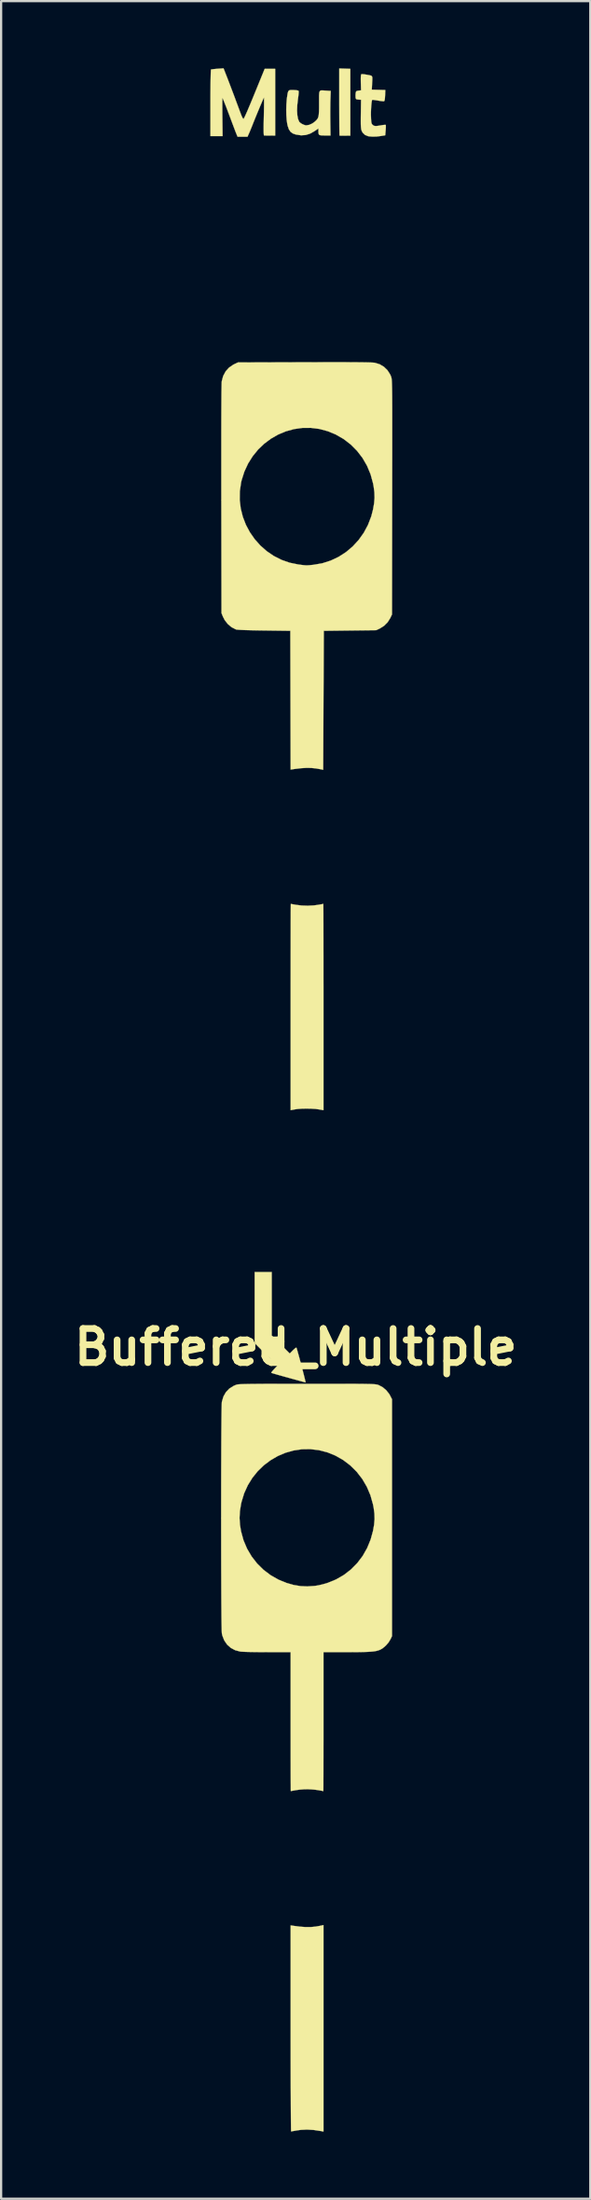
<source format=kicad_pcb>
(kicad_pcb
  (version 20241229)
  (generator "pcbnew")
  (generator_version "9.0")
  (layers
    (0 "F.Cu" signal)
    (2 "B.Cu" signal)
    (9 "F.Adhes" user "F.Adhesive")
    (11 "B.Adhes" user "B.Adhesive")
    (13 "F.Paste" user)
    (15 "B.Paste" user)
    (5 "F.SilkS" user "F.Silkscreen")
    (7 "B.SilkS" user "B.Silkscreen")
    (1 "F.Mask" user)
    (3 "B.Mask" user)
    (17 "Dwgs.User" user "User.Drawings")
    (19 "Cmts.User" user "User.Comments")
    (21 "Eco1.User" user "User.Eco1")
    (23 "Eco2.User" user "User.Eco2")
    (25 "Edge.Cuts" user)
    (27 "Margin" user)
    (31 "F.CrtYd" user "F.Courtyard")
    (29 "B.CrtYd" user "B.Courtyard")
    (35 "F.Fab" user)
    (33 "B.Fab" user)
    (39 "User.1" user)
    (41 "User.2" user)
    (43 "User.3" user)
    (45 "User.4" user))
  (footprint "Buffered_Multiple"
    (layer "F.Cu")
    (at 10.167 57.163)
    (property "Reference" "Buffered_Multiple" (at 0 0 0) (layer "F.SilkS") (effects (font (size 1.524 1.524) (thickness 0.3))))
    (attr through_hole)
    (fp_poly (pts (xy 2.194 -57.144) (xy 2.441 -57.136) (xy 2.441 -54.153) (xy 2.206 -54.149) (xy 2.097 -54.148) (xy 2.012 -54.15) (xy 1.964 -54.154) (xy 1.959 -54.156) (xy 1.957 -54.186) (xy 1.955 -54.267) (xy 1.953 -54.393) (xy 1.951 -54.561) (xy 1.95 -54.764) (xy 1.949 -54.997) (xy 1.948 -55.255) (xy 1.947 -55.533) (xy 1.947 -55.66) (xy 1.947 -57.152) (xy 2.194 -57.144)) (stroke (width 0.01) (type solid)) (fill yes) (layer "F.SilkS"))
    (fp_poly (pts (xy 1.242 35.058) (xy 1.136 35.038) (xy 0.806 34.988) (xy 0.507 34.97) (xy 0.225 34.984) (xy 0.042 35.01) (xy -0.065 35.029) (xy -0.151 35.044) (xy -0.2 35.051) (xy -0.205 35.051) (xy -0.207 35.024) (xy -0.209 34.943) (xy -0.211 34.811) (xy -0.213 34.632) (xy -0.215 34.408) (xy -0.217 34.142) (xy -0.219 33.838) (xy -0.22 33.498) (xy -0.222 33.125) (xy -0.223 32.723) (xy -0.224 32.293) (xy -0.225 31.84) (xy -0.225 31.366) (xy -0.226 30.873) (xy -0.226 30.448) (xy -0.226 25.844) (xy -0.106 25.862) (xy 0.186 25.9) (xy 0.44 25.919) (xy 0.668 25.919) (xy 0.886 25.899) (xy 1.107 25.86) (xy 1.136 25.853) (xy 1.242 25.829) (xy 1.242 35.058)) (stroke (width 0.01) (type solid)) (fill yes) (layer "F.SilkS"))
    (fp_poly (pts (xy -1.072 -0.521) (xy -0.67 -0.119) (xy -0.267 0.283) (xy -0.128 0.142) (xy -0.056 0.075) (xy -0.000004 0.032) (xy 0.031 0.021) (xy 0.032 0.021) (xy 0.043 0.052) (xy 0.066 0.128) (xy 0.098 0.241) (xy 0.137 0.382) (xy 0.181 0.544) (xy 0.227 0.717) (xy 0.274 0.895) (xy 0.319 1.068) (xy 0.36 1.228) (xy 0.395 1.368) (xy 0.422 1.478) (xy 0.438 1.551) (xy 0.442 1.578) (xy 0.442 1.578) (xy 0.415 1.571) (xy 0.34 1.55) (xy 0.225 1.518) (xy 0.076 1.477) (xy -0.1 1.429) (xy -0.295 1.375) (xy -0.321 1.368) (xy -0.519 1.313) (xy -0.698 1.263) (xy -0.852 1.219) (xy -0.974 1.184) (xy -1.057 1.159) (xy -1.092 1.146) (xy -1.093 1.146) (xy -1.082 1.12) (xy -1.04 1.066) (xy -0.975 0.993) (xy -0.964 0.981) (xy -0.821 0.83) (xy -1.328 0.323) (xy -1.834 -0.183) (xy -1.834 -3.358) (xy -1.072 -3.358) (xy -1.072 -0.521)) (stroke (width 0.01) (type solid)) (fill yes) (layer "F.SilkS"))
    (fp_poly (pts (xy 1.235 -19.784) (xy 1.236 -19.703) (xy 1.237 -19.571) (xy 1.238 -19.392) (xy 1.238 -19.168) (xy 1.239 -18.902) (xy 1.239 -18.598) (xy 1.24 -18.258) (xy 1.24 -17.885) (xy 1.241 -17.482) (xy 1.241 -17.053) (xy 1.241 -16.599) (xy 1.242 -16.125) (xy 1.242 -15.633) (xy 1.242 -15.202) (xy 1.242 -10.592) (xy 1.037 -10.628) (xy 0.879 -10.649) (xy 0.687 -10.66) (xy 0.48 -10.664) (xy 0.276 -10.66) (xy 0.093 -10.647) (xy -0.035 -10.629) (xy -0.226 -10.592) (xy -0.226 -15.202) (xy -0.226 -15.708) (xy -0.226 -16.197) (xy -0.225 -16.669) (xy -0.225 -17.119) (xy -0.225 -17.545) (xy -0.224 -17.943) (xy -0.224 -18.311) (xy -0.223 -18.646) (xy -0.223 -18.945) (xy -0.222 -19.204) (xy -0.222 -19.421) (xy -0.221 -19.594) (xy -0.22 -19.718) (xy -0.219 -19.791) (xy -0.219 -19.811) (xy -0.19 -19.807) (xy -0.119 -19.794) (xy -0.019 -19.776) (xy 0.014 -19.77) (xy 0.265 -19.74) (xy 0.541 -19.731) (xy 0.813 -19.745) (xy 1.002 -19.77) (xy 1.107 -19.789) (xy 1.188 -19.803) (xy 1.231 -19.811) (xy 1.235 -19.811) (xy 1.235 -19.784)) (stroke (width 0.01) (type solid)) (fill yes) (layer "F.SilkS"))
    (fp_poly (pts (xy -0.096 -56.188) (xy 0.03 -56.18) (xy 0.105 -56.165) (xy 0.132 -56.144) (xy 0.134 -56.102) (xy 0.128 -56.018) (xy 0.116 -55.904) (xy 0.102 -55.798) (xy 0.07 -55.521) (xy 0.06 -55.275) (xy 0.072 -55.064) (xy 0.104 -54.895) (xy 0.157 -54.772) (xy 0.166 -54.76) (xy 0.228 -54.705) (xy 0.32 -54.654) (xy 0.417 -54.618) (xy 0.473 -54.61) (xy 0.605 -54.633) (xy 0.743 -54.695) (xy 0.85 -54.772) (xy 0.913 -54.83) (xy 0.96 -54.883) (xy 0.994 -54.94) (xy 1.018 -55.009) (xy 1.032 -55.1) (xy 1.04 -55.22) (xy 1.044 -55.379) (xy 1.044 -55.585) (xy 1.044 -55.594) (xy 1.044 -55.792) (xy 1.044 -55.939) (xy 1.05 -56.044) (xy 1.064 -56.113) (xy 1.091 -56.153) (xy 1.133 -56.171) (xy 1.196 -56.173) (xy 1.282 -56.167) (xy 1.351 -56.162) (xy 1.566 -56.148) (xy 1.552 -55.781) (xy 1.548 -55.637) (xy 1.546 -55.452) (xy 1.544 -55.242) (xy 1.544 -55.023) (xy 1.546 -54.809) (xy 1.546 -54.786) (xy 1.555 -54.158) (xy 1.302 -54.158) (xy 1.173 -54.16) (xy 1.09 -54.17) (xy 1.043 -54.194) (xy 1.022 -54.241) (xy 1.016 -54.318) (xy 1.016 -54.359) (xy 1.016 -54.471) (xy 0.84 -54.351) (xy 0.641 -54.239) (xy 0.444 -54.178) (xy 0.238 -54.165) (xy 0.009 -54.2) (xy 0 -54.202) (xy -0.132 -54.249) (xy -0.23 -54.322) (xy -0.303 -54.43) (xy -0.356 -54.581) (xy -0.377 -54.674) (xy -0.403 -54.852) (xy -0.418 -55.068) (xy -0.422 -55.304) (xy -0.416 -55.541) (xy -0.399 -55.763) (xy -0.392 -55.826) (xy -0.371 -55.975) (xy -0.352 -56.077) (xy -0.327 -56.141) (xy -0.289 -56.175) (xy -0.23 -56.188) (xy -0.145 -56.189) (xy -0.096 -56.188)) (stroke (width 0.01) (type solid)) (fill yes) (layer "F.SilkS"))
    (fp_poly (pts (xy 3.056 -56.892) (xy 3.162 -56.876) (xy 3.198 -56.869) (xy 3.291 -56.852) (xy 3.355 -56.837) (xy 3.396 -56.817) (xy 3.418 -56.78) (xy 3.425 -56.718) (xy 3.422 -56.621) (xy 3.414 -56.48) (xy 3.412 -56.43) (xy 3.401 -56.205) (xy 3.703 -56.197) (xy 4.005 -56.189) (xy 3.995 -55.943) (xy 3.987 -55.816) (xy 3.976 -55.738) (xy 3.959 -55.698) (xy 3.943 -55.688) (xy 3.897 -55.689) (xy 3.812 -55.698) (xy 3.703 -55.714) (xy 3.665 -55.721) (xy 3.557 -55.738) (xy 3.473 -55.75) (xy 3.426 -55.754) (xy 3.421 -55.754) (xy 3.405 -55.713) (xy 3.391 -55.627) (xy 3.379 -55.509) (xy 3.369 -55.371) (xy 3.363 -55.223) (xy 3.362 -55.079) (xy 3.363 -55.033) (xy 3.368 -54.886) (xy 3.376 -54.784) (xy 3.387 -54.717) (xy 3.403 -54.674) (xy 3.427 -54.643) (xy 3.429 -54.641) (xy 3.477 -54.603) (xy 3.534 -54.583) (xy 3.61 -54.581) (xy 3.721 -54.595) (xy 3.803 -54.609) (xy 3.904 -54.626) (xy 3.982 -54.634) (xy 4.022 -54.632) (xy 4.024 -54.631) (xy 4.029 -54.597) (xy 4.029 -54.522) (xy 4.023 -54.42) (xy 4.02 -54.39) (xy 4.001 -54.166) (xy 3.808 -54.134) (xy 3.618 -54.111) (xy 3.435 -54.106) (xy 3.279 -54.119) (xy 3.231 -54.128) (xy 3.091 -54.186) (xy 2.992 -54.284) (xy 2.949 -54.368) (xy 2.933 -54.416) (xy 2.922 -54.475) (xy 2.915 -54.554) (xy 2.91 -54.659) (xy 2.909 -54.8) (xy 2.91 -54.984) (xy 2.912 -55.12) (xy 2.921 -55.753) (xy 2.804 -55.762) (xy 2.729 -55.771) (xy 2.693 -55.793) (xy 2.679 -55.842) (xy 2.677 -55.86) (xy 2.674 -55.955) (xy 2.681 -56.049) (xy 2.696 -56.114) (xy 2.727 -56.145) (xy 2.793 -56.16) (xy 2.808 -56.162) (xy 2.921 -56.176) (xy 2.911 -56.526) (xy 2.909 -56.693) (xy 2.912 -56.808) (xy 2.922 -56.875) (xy 2.934 -56.895) (xy 2.975 -56.899) (xy 3.056 -56.892)) (stroke (width 0.01) (type solid)) (fill yes) (layer "F.SilkS"))
    (fp_poly (pts (xy -3.077 -56.78) (xy -3.019 -56.63) (xy -2.948 -56.444) (xy -2.87 -56.237) (xy -2.79 -56.027) (xy -2.719 -55.838) (xy -2.652 -55.656) (xy -2.586 -55.479) (xy -2.526 -55.318) (xy -2.476 -55.185) (xy -2.441 -55.092) (xy -2.437 -55.081) (xy -2.398 -54.989) (xy -2.363 -54.924) (xy -2.339 -54.899) (xy -2.337 -54.899) (xy -2.322 -54.914) (xy -2.298 -54.955) (xy -2.264 -55.024) (xy -2.218 -55.125) (xy -2.158 -55.261) (xy -2.084 -55.436) (xy -1.993 -55.652) (xy -1.885 -55.914) (xy -1.758 -56.224) (xy -1.72 -56.317) (xy -1.386 -57.136) (xy -0.917 -57.136) (xy -0.917 -54.153) (xy -1.15 -54.154) (xy -1.262 -54.155) (xy -1.353 -54.156) (xy -1.407 -54.157) (xy -1.414 -54.157) (xy -1.423 -54.177) (xy -1.429 -54.237) (xy -1.432 -54.341) (xy -1.433 -54.492) (xy -1.431 -54.692) (xy -1.426 -54.945) (xy -1.424 -55.012) (xy -1.42 -55.224) (xy -1.416 -55.416) (xy -1.415 -55.582) (xy -1.414 -55.713) (xy -1.415 -55.804) (xy -1.417 -55.849) (xy -1.419 -55.852) (xy -1.435 -55.821) (xy -1.469 -55.747) (xy -1.516 -55.637) (xy -1.575 -55.501) (xy -1.64 -55.345) (xy -1.709 -55.18) (xy -1.777 -55.014) (xy -1.842 -54.854) (xy -1.9 -54.71) (xy -1.917 -54.666) (xy -1.971 -54.53) (xy -2.025 -54.399) (xy -2.071 -54.289) (xy -2.094 -54.236) (xy -2.155 -54.102) (xy -2.598 -54.102) (xy -2.648 -54.222) (xy -2.671 -54.28) (xy -2.711 -54.382) (xy -2.763 -54.521) (xy -2.827 -54.689) (xy -2.897 -54.877) (xy -2.972 -55.077) (xy -2.979 -55.095) (xy -3.051 -55.287) (xy -3.118 -55.461) (xy -3.176 -55.608) (xy -3.223 -55.724) (xy -3.256 -55.801) (xy -3.273 -55.833) (xy -3.274 -55.833) (xy -3.277 -55.802) (xy -3.279 -55.722) (xy -3.281 -55.6) (xy -3.281 -55.442) (xy -3.28 -55.256) (xy -3.279 -55.049) (xy -3.278 -54.975) (xy -3.268 -54.13) (xy -3.81 -54.13) (xy -3.81 -55.61) (xy -3.81 -55.894) (xy -3.808 -56.16) (xy -3.806 -56.404) (xy -3.804 -56.62) (xy -3.8 -56.803) (xy -3.796 -56.947) (xy -3.792 -57.048) (xy -3.788 -57.099) (xy -3.786 -57.105) (xy -3.749 -57.113) (xy -3.669 -57.124) (xy -3.56 -57.134) (xy -3.493 -57.139) (xy -3.225 -57.158) (xy -3.077 -56.78)) (stroke (width 0.01) (type solid)) (fill yes) (layer "F.SilkS"))
    (fp_poly (pts (xy 2.147 -44.024) (xy 2.464 -44.023) (xy 2.736 -44.021) (xy 2.964 -44.019) (xy 3.152 -44.016) (xy 3.302 -44.012) (xy 3.415 -44.008) (xy 3.493 -44.003) (xy 3.536 -43.998) (xy 3.751 -43.933) (xy 3.941 -43.821) (xy 4.101 -43.666) (xy 4.223 -43.475) (xy 4.261 -43.388) (xy 4.268 -43.368) (xy 4.274 -43.348) (xy 4.28 -43.324) (xy 4.285 -43.294) (xy 4.29 -43.256) (xy 4.294 -43.207) (xy 4.298 -43.145) (xy 4.301 -43.066) (xy 4.304 -42.97) (xy 4.307 -42.853) (xy 4.309 -42.713) (xy 4.311 -42.547) (xy 4.312 -42.352) (xy 4.313 -42.128) (xy 4.314 -41.87) (xy 4.314 -41.577) (xy 4.314 -41.246) (xy 4.314 -40.874) (xy 4.314 -40.46) (xy 4.314 -40) (xy 4.313 -39.492) (xy 4.312 -38.934) (xy 4.312 -38.324) (xy 4.311 -37.993) (xy 4.304 -32.752) (xy 4.229 -32.592) (xy 4.109 -32.4) (xy 3.947 -32.239) (xy 3.758 -32.121) (xy 3.598 -32.046) (xy 1.256 -32.018) (xy 1.228 -25.807) (xy 1.129 -25.828) (xy 0.905 -25.868) (xy 0.692 -25.889) (xy 0.473 -25.892) (xy 0.235 -25.877) (xy -0.039 -25.844) (xy -0.106 -25.834) (xy -0.226 -25.816) (xy -0.233 -28.917) (xy -0.24 -32.018) (xy -1.411 -32.033) (xy -1.732 -32.038) (xy -2.011 -32.044) (xy -2.244 -32.05) (xy -2.43 -32.058) (xy -2.565 -32.066) (xy -2.647 -32.074) (xy -2.669 -32.079) (xy -2.862 -32.176) (xy -3.033 -32.319) (xy -3.172 -32.495) (xy -3.252 -32.651) (xy -3.316 -32.808) (xy -3.324 -37.867) (xy -2.503 -37.867) (xy -2.457 -37.485) (xy -2.364 -37.114) (xy -2.227 -36.758) (xy -2.048 -36.423) (xy -1.831 -36.112) (xy -1.579 -35.829) (xy -1.294 -35.578) (xy -0.98 -35.364) (xy -0.639 -35.191) (xy -0.275 -35.063) (xy 0.111 -34.984) (xy 0.127 -34.982) (xy 0.271 -34.963) (xy 0.374 -34.951) (xy 0.455 -34.945) (xy 0.527 -34.945) (xy 0.609 -34.95) (xy 0.716 -34.961) (xy 0.796 -34.969) (xy 1.189 -35.037) (xy 1.564 -35.157) (xy 1.918 -35.324) (xy 2.246 -35.535) (xy 2.545 -35.787) (xy 2.812 -36.077) (xy 3.042 -36.4) (xy 3.232 -36.755) (xy 3.378 -37.136) (xy 3.456 -37.437) (xy 3.504 -37.712) (xy 3.525 -37.962) (xy 3.518 -38.209) (xy 3.483 -38.474) (xy 3.458 -38.607) (xy 3.348 -39.011) (xy 3.19 -39.391) (xy 2.987 -39.743) (xy 2.742 -40.062) (xy 2.458 -40.347) (xy 2.139 -40.592) (xy 1.788 -40.794) (xy 1.436 -40.939) (xy 1.055 -41.042) (xy 0.674 -41.09) (xy 0.295 -41.087) (xy -0.075 -41.035) (xy -0.435 -40.936) (xy -0.779 -40.793) (xy -1.104 -40.608) (xy -1.405 -40.383) (xy -1.678 -40.122) (xy -1.92 -39.825) (xy -2.127 -39.497) (xy -2.294 -39.138) (xy -2.417 -38.752) (xy -2.441 -38.649) (xy -2.498 -38.257) (xy -2.503 -37.867) (xy -3.324 -37.867) (xy -3.324 -37.902) (xy -3.325 -38.57) (xy -3.325 -39.197) (xy -3.325 -39.784) (xy -3.325 -40.329) (xy -3.325 -40.83) (xy -3.324 -41.287) (xy -3.323 -41.698) (xy -3.321 -42.061) (xy -3.319 -42.376) (xy -3.317 -42.641) (xy -3.314 -42.854) (xy -3.311 -43.015) (xy -3.308 -43.123) (xy -3.304 -43.175) (xy -3.304 -43.175) (xy -3.242 -43.408) (xy -3.133 -43.612) (xy -2.981 -43.782) (xy -2.789 -43.914) (xy -2.743 -43.937) (xy -2.582 -44.013) (xy 0.381 -44.022) (xy 0.902 -44.023) (xy 1.368 -44.024) (xy 1.782 -44.024) (xy 2.147 -44.024)) (stroke (width 0.01) (type solid)) (fill yes) (layer "F.SilkS"))
    (fp_poly (pts (xy 0.991 1.637) (xy 1.418 1.637) (xy 1.795 1.637) (xy 2.125 1.637) (xy 2.413 1.638) (xy 2.66 1.639) (xy 2.871 1.64) (xy 3.048 1.642) (xy 3.196 1.645) (xy 3.316 1.647) (xy 3.414 1.651) (xy 3.491 1.655) (xy 3.551 1.66) (xy 3.598 1.666) (xy 3.634 1.672) (xy 3.664 1.679) (xy 3.69 1.688) (xy 3.708 1.695) (xy 3.884 1.787) (xy 4.045 1.923) (xy 4.177 2.087) (xy 4.22 2.163) (xy 4.304 2.328) (xy 4.304 12.912) (xy 4.243 13.044) (xy 4.154 13.192) (xy 4.032 13.334) (xy 3.896 13.451) (xy 3.807 13.506) (xy 3.741 13.536) (xy 3.668 13.561) (xy 3.583 13.582) (xy 3.481 13.598) (xy 3.356 13.61) (xy 3.201 13.619) (xy 3.011 13.625) (xy 2.781 13.629) (xy 2.503 13.631) (xy 2.279 13.631) (xy 1.242 13.631) (xy 1.242 16.736) (xy 1.242 17.149) (xy 1.242 17.547) (xy 1.241 17.924) (xy 1.241 18.278) (xy 1.24 18.606) (xy 1.24 18.902) (xy 1.239 19.165) (xy 1.238 19.389) (xy 1.238 19.573) (xy 1.237 19.711) (xy 1.236 19.801) (xy 1.235 19.839) (xy 1.235 19.84) (xy 1.206 19.835) (xy 1.135 19.822) (xy 1.035 19.804) (xy 1.002 19.798) (xy 0.863 19.779) (xy 0.699 19.765) (xy 0.541 19.758) (xy 0.508 19.758) (xy 0.355 19.762) (xy 0.189 19.775) (xy 0.042 19.794) (xy 0.014 19.798) (xy -0.091 19.817) (xy -0.172 19.832) (xy -0.215 19.839) (xy -0.219 19.84) (xy -0.22 19.812) (xy -0.221 19.732) (xy -0.221 19.602) (xy -0.222 19.427) (xy -0.223 19.21) (xy -0.224 18.954) (xy -0.224 18.663) (xy -0.225 18.341) (xy -0.225 17.992) (xy -0.225 17.618) (xy -0.226 17.225) (xy -0.226 16.814) (xy -0.226 16.736) (xy -0.226 13.631) (xy -1.263 13.631) (xy -1.508 13.63) (xy -1.742 13.628) (xy -1.957 13.625) (xy -2.147 13.621) (xy -2.302 13.616) (xy -2.415 13.61) (xy -2.476 13.605) (xy -2.705 13.545) (xy -2.903 13.439) (xy -3.068 13.292) (xy -3.195 13.105) (xy -3.28 12.885) (xy -3.299 12.8) (xy -3.303 12.75) (xy -3.307 12.648) (xy -3.31 12.496) (xy -3.314 12.298) (xy -3.317 12.058) (xy -3.319 11.779) (xy -3.322 11.465) (xy -3.324 11.119) (xy -3.326 10.744) (xy -3.327 10.345) (xy -3.329 9.925) (xy -3.33 9.487) (xy -3.331 9.035) (xy -3.331 8.573) (xy -3.332 8.103) (xy -3.332 7.635) (xy -2.511 7.635) (xy -2.491 7.939) (xy -2.443 8.23) (xy -2.334 8.629) (xy -2.175 9.005) (xy -1.97 9.353) (xy -1.724 9.67) (xy -1.438 9.952) (xy -1.117 10.194) (xy -0.763 10.394) (xy -0.409 10.538) (xy -0.094 10.628) (xy 0.208 10.679) (xy 0.515 10.693) (xy 0.848 10.671) (xy 0.873 10.668) (xy 1.003 10.647) (xy 1.162 10.611) (xy 1.326 10.567) (xy 1.423 10.537) (xy 1.803 10.382) (xy 2.152 10.181) (xy 2.469 9.936) (xy 2.75 9.652) (xy 2.993 9.331) (xy 3.194 8.977) (xy 3.351 8.593) (xy 3.454 8.219) (xy 3.504 7.939) (xy 3.526 7.685) (xy 3.519 7.438) (xy 3.484 7.174) (xy 3.454 7.021) (xy 3.34 6.617) (xy 3.179 6.238) (xy 2.974 5.888) (xy 2.727 5.57) (xy 2.443 5.288) (xy 2.124 5.045) (xy 1.774 4.846) (xy 1.415 4.7) (xy 1.033 4.602) (xy 0.651 4.557) (xy 0.272 4.563) (xy -0.099 4.619) (xy -0.458 4.72) (xy -0.802 4.866) (xy -1.125 5.054) (xy -1.425 5.28) (xy -1.697 5.543) (xy -1.936 5.841) (xy -2.14 6.17) (xy -2.303 6.528) (xy -2.421 6.914) (xy -2.443 7.01) (xy -2.495 7.333) (xy -2.511 7.635) (xy -3.332 7.635) (xy -3.332 7.629) (xy -3.332 7.156) (xy -3.331 6.686) (xy -3.331 6.223) (xy -3.33 5.77) (xy -3.329 5.332) (xy -3.327 4.911) (xy -3.326 4.511) (xy -3.324 4.136) (xy -3.322 3.789) (xy -3.319 3.473) (xy -3.317 3.193) (xy -3.314 2.951) (xy -3.311 2.751) (xy -3.307 2.598) (xy -3.304 2.493) (xy -3.3 2.441) (xy -3.299 2.44) (xy -3.231 2.208) (xy -3.12 2.011) (xy -2.966 1.851) (xy -2.768 1.727) (xy -2.646 1.677) (xy -2.62 1.67) (xy -2.58 1.664) (xy -2.523 1.659) (xy -2.446 1.655) (xy -2.345 1.651) (xy -2.217 1.648) (xy -2.06 1.645) (xy -1.87 1.643) (xy -1.644 1.641) (xy -1.38 1.639) (xy -1.073 1.638) (xy -0.722 1.637) (xy -0.323 1.637) (xy 0.127 1.637) (xy 0.511 1.637) (xy 0.991 1.637)) (stroke (width 0.01) (type solid)) (fill yes) (layer "F.SilkS")))
  (gr_rect
    (start -3 -3)
    (end 23.335 95.226)
    (stroke (width 0.1) (type default))
    (fill no)
    (layer "Edge.Cuts")))
</source>
